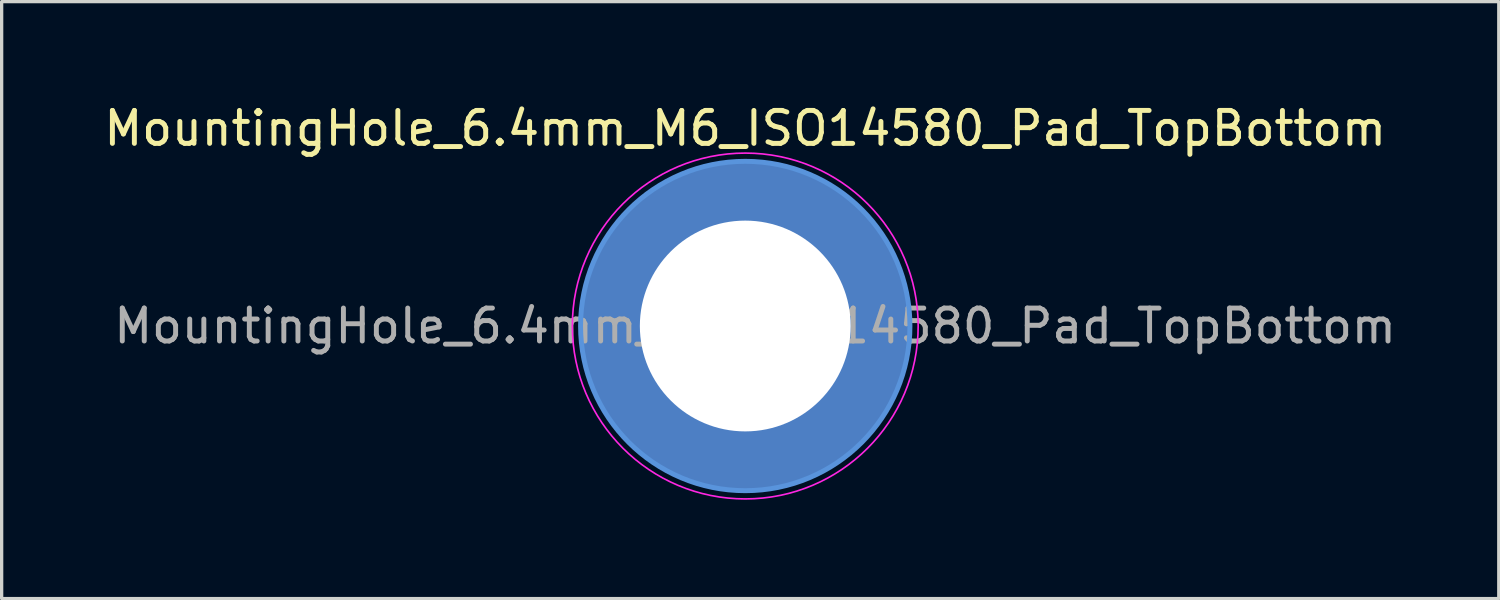
<source format=kicad_pcb>
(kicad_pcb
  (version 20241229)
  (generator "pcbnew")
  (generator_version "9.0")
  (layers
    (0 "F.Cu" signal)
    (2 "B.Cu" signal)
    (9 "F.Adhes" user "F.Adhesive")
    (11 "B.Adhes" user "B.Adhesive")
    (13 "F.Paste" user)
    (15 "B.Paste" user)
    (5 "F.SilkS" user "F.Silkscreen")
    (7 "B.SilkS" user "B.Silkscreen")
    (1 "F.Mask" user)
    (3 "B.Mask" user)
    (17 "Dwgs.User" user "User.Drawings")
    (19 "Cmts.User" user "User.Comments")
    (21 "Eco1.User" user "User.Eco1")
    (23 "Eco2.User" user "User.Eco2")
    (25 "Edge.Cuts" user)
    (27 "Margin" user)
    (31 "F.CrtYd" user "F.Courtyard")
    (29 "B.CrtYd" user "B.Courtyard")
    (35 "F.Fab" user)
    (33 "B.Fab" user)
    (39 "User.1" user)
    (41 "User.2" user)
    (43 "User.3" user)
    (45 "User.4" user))
  (footprint "MountingHole_6.4mm_M6_ISO14580_Pad_TopBottom"
    (layer "F.Cu")
    (at 19.577 6.848)
    (property "Reference" "MountingHole_6.4mm_M6_ISO14580_Pad_TopBottom" (at 0 -6 0) (layer "F.SilkS") (effects (font (size 1 1) (thickness 0.15))))
    (attr exclude_from_pos_files exclude_from_bom)
    (fp_circle (center 0 0) (end 5 0) (stroke (width 0.15) (type solid)) (fill no) (layer "Cmts.User"))
    (fp_circle (center 0 0) (end 5.25 0) (stroke (width 0.05) (type solid)) (fill no) (layer "F.CrtYd"))
    (fp_text user "${REFERENCE}" (at 0.3 0 0) (layer "F.Fab") (effects (font (size 1 1) (thickness 0.15))))
    (pad "1" thru_hole circle (at 0 0) (size 6.8 6.8) (drill 6.4) (layers "*.Cu" "*.Mask"))
    (pad "1" connect circle (at 0 0) (size 10 10) (layers "F.Cu" "F.Mask"))
    (pad "1" connect circle (at 0 0) (size 10 10) (layers "B.Cu" "B.Mask")))
  (gr_rect
    (start -3 -3)
    (end 42.455 15.123)
    (stroke (width 0.1) (type default))
    (fill no)
    (layer "Edge.Cuts")))
</source>
